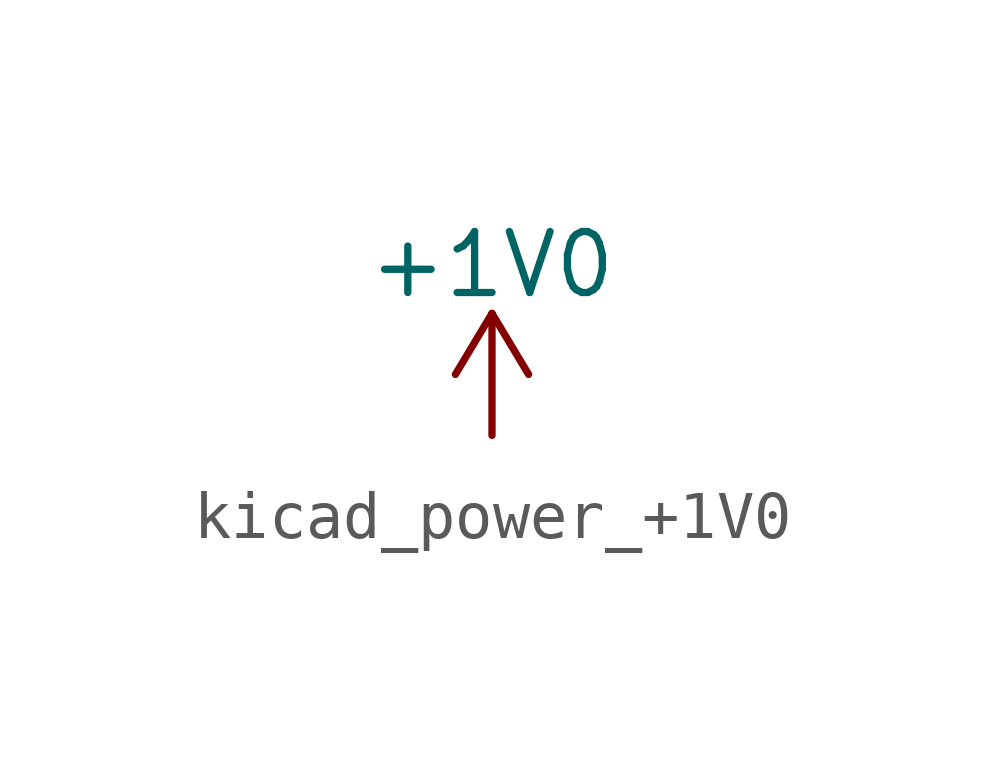
<source format=kicad_sym>
(kicad_symbol_lib
  (version 20220914)
  (generator kicad_symbol_editor)
  (symbol "kicad_power_+1V0"
    (power)
    (pin_names
      (offset 0))
    (property "Reference" "#PWR"
      (at 0 -3.81 0)
      (effects (font (size 1.27 1.27)) hide))
    (property "Value" "+1V0"
      (at 0 3.556 0)
      (effects (font (size 1.27 1.27))))
    (symbol "kicad_power_+1V0_0_1"
      (polyline (pts (xy -0.762 1.27) (xy 0 2.54)) (stroke (width 0) (type default)) (fill (type none)))
      (polyline (pts (xy 0 0) (xy 0 2.54)) (stroke (width 0) (type default)) (fill (type none)))
      (polyline (pts (xy 0 2.54) (xy 0.762 1.27)) (stroke (width 0) (type default)) (fill (type none))))
    (symbol "kicad_power_+1V0_1_1"
      (pin power_in line (at 0 0 90) (length 0) hide (name "+1V0" (effects (font (size 1.27 1.27)))) (number "1" (effects (font (size 1.27 1.27))))))))
</source>
